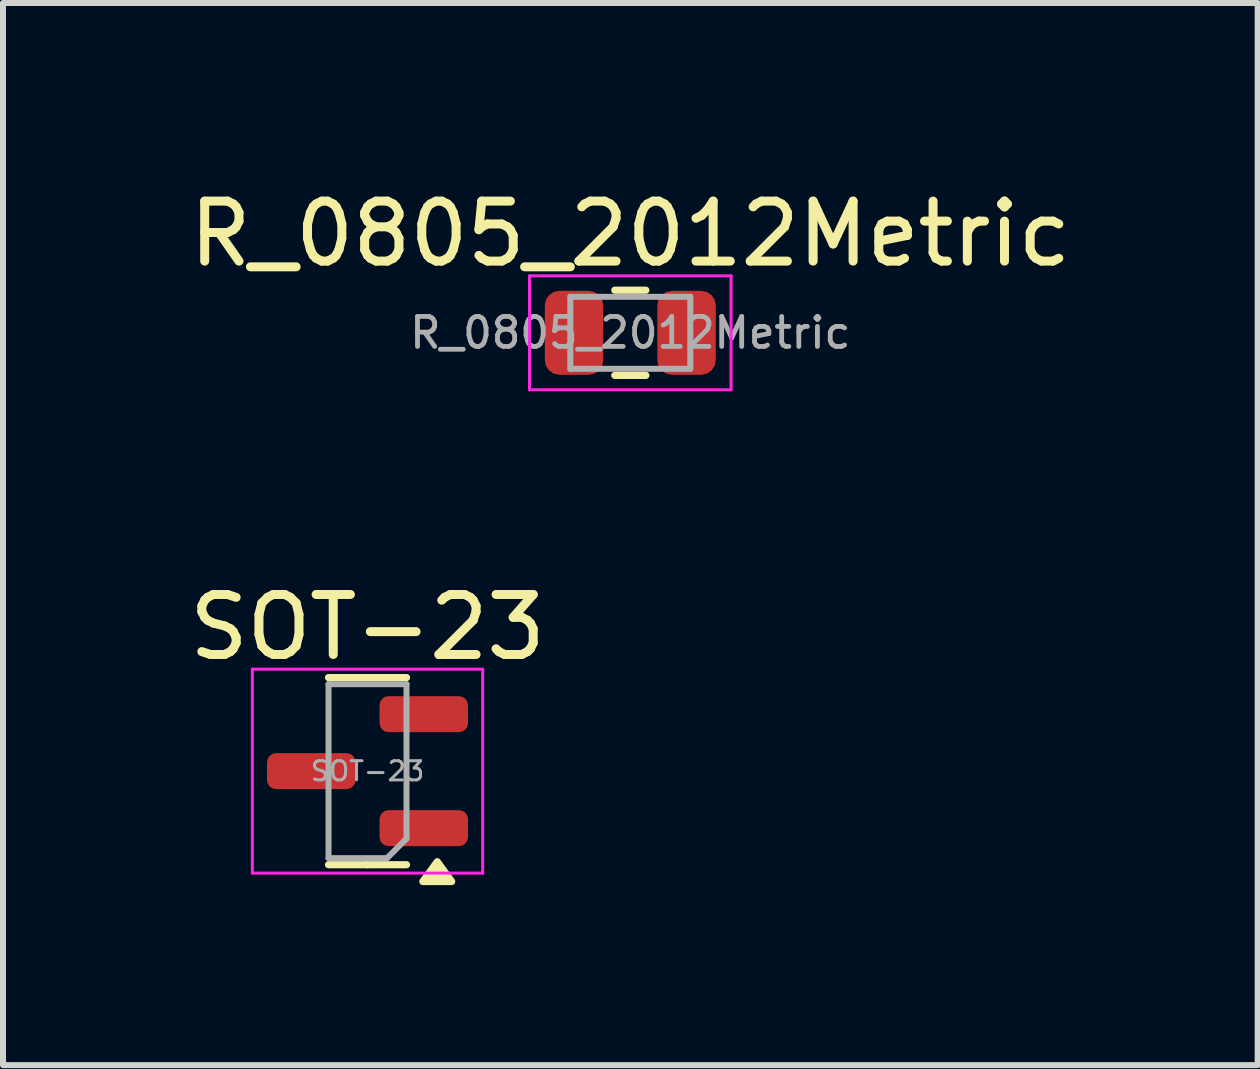
<source format=kicad_pcb>
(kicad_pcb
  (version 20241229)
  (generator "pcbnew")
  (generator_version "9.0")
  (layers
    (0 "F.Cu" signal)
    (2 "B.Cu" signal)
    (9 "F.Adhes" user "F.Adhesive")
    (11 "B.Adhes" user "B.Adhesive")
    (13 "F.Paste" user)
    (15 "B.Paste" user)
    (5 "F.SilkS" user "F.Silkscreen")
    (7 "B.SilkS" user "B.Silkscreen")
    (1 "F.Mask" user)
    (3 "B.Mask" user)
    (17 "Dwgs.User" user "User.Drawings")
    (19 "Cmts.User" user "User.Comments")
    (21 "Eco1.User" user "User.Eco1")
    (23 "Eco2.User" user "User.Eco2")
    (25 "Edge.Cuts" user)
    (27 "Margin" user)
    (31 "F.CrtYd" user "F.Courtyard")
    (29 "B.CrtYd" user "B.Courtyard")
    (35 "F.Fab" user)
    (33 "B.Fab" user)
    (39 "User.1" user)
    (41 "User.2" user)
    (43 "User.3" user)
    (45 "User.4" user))
  (footprint "SOT-23"
    (layer "F.Cu")
    (at 3.077 9.806)
    (property "Reference" "SOT-23" (at 0 -2.4 0) (layer "F.SilkS") (effects (font (size 1 1) (thickness 0.15))))
    (attr smd)
    (fp_line (start 0 -1.56) (end -0.65 -1.56) (stroke (width 0.12) (type solid)) (layer "F.SilkS"))
    (fp_line (start 0 -1.56) (end 0.65 -1.56) (stroke (width 0.12) (type solid)) (layer "F.SilkS"))
    (fp_line (start 0 1.56) (end -0.65 1.56) (stroke (width 0.12) (type solid)) (layer "F.SilkS"))
    (fp_line (start 0 1.56) (end 0.65 1.56) (stroke (width 0.12) (type solid)) (layer "F.SilkS"))
    (fp_poly (pts (xy 1.163 1.51) (xy 1.403 1.84) (xy 0.922 1.84) (xy 1.163 1.51)) (stroke (width 0.12) (type solid)) (fill yes) (layer "F.SilkS"))
    (fp_line (start -1.92 -1.7) (end -1.92 1.7) (stroke (width 0.05) (type solid)) (layer "F.CrtYd"))
    (fp_line (start -1.92 1.7) (end 1.92 1.7) (stroke (width 0.05) (type solid)) (layer "F.CrtYd"))
    (fp_line (start 1.92 -1.7) (end -1.92 -1.7) (stroke (width 0.05) (type solid)) (layer "F.CrtYd"))
    (fp_line (start 1.92 1.7) (end 1.92 -1.7) (stroke (width 0.05) (type solid)) (layer "F.CrtYd"))
    (fp_line (start -0.65 -1.45) (end 0.65 -1.45) (stroke (width 0.1) (type solid)) (layer "F.Fab"))
    (fp_line (start -0.65 1.45) (end -0.65 -1.45) (stroke (width 0.1) (type solid)) (layer "F.Fab"))
    (fp_line (start 0.325 1.45) (end -0.65 1.45) (stroke (width 0.1) (type solid)) (layer "F.Fab"))
    (fp_line (start 0.65 -1.45) (end 0.65 1.125) (stroke (width 0.1) (type solid)) (layer "F.Fab"))
    (fp_line (start 0.65 1.125) (end 0.325 1.45) (stroke (width 0.1) (type solid)) (layer "F.Fab"))
    (fp_text user "${REFERENCE}" (at 0 0 0) (layer "F.Fab") (effects (font (size 0.32 0.32) (thickness 0.05))))
    (pad "1" smd roundrect (at 0.938 0.95 180) (size 1.475 0.6) (layers "F.Cu" "F.Mask" "F.Paste") (roundrect_rratio 0.25))
    (pad "2" smd roundrect (at 0.938 -0.95 180) (size 1.475 0.6) (layers "F.Cu" "F.Mask" "F.Paste") (roundrect_rratio 0.25))
    (pad "3" smd roundrect (at -0.938 0 180) (size 1.475 0.6) (layers "F.Cu" "F.Mask" "F.Paste") (roundrect_rratio 0.25)))
  (footprint "R_0805_2012Metric"
    (layer "F.Cu")
    (at 7.458 2.498)
    (property "Reference" "R_0805_2012Metric" (at 0 -1.65 0) (layer "F.SilkS") (effects (font (size 1 1) (thickness 0.15))))
    (attr smd)
    (fp_line (start -0.259 -0.71) (end 0.259 -0.71) (stroke (width 0.12) (type solid)) (layer "F.SilkS"))
    (fp_line (start -0.259 0.71) (end 0.259 0.71) (stroke (width 0.12) (type solid)) (layer "F.SilkS"))
    (fp_line (start -1.75 -1) (end 1.75 -1) (stroke (width 0.12) (type solid)) (layer "Eco1.User"))
    (fp_line (start -1.75 1) (end -1.75 -1) (stroke (width 0.12) (type solid)) (layer "Eco1.User"))
    (fp_line (start 1.75 -1) (end 1.75 1) (stroke (width 0.12) (type solid)) (layer "Eco1.User"))
    (fp_line (start 1.75 1) (end -1.75 1) (stroke (width 0.12) (type solid)) (layer "Eco1.User"))
    (fp_line (start -1.68 -0.95) (end 1.68 -0.95) (stroke (width 0.05) (type solid)) (layer "F.CrtYd"))
    (fp_line (start -1.68 0.95) (end -1.68 -0.95) (stroke (width 0.05) (type solid)) (layer "F.CrtYd"))
    (fp_line (start 1.68 -0.95) (end 1.68 0.95) (stroke (width 0.05) (type solid)) (layer "F.CrtYd"))
    (fp_line (start 1.68 0.95) (end -1.68 0.95) (stroke (width 0.05) (type solid)) (layer "F.CrtYd"))
    (fp_line (start -1 -0.6) (end 1 -0.6) (stroke (width 0.1) (type solid)) (layer "F.Fab"))
    (fp_line (start -1 0.6) (end -1 -0.6) (stroke (width 0.1) (type solid)) (layer "F.Fab"))
    (fp_line (start 1 -0.6) (end 1 0.6) (stroke (width 0.1) (type solid)) (layer "F.Fab"))
    (fp_line (start 1 0.6) (end -1 0.6) (stroke (width 0.1) (type solid)) (layer "F.Fab"))
    (fp_text user "${REFERENCE}" (at 0 0 0) (layer "F.Fab") (effects (font (size 0.5 0.5) (thickness 0.08))))
    (pad "1" smd roundrect (at -0.938 0) (size 0.975 1.4) (layers "F.Cu" "F.Mask" "F.Paste") (roundrect_rratio 0.25))
    (pad "2" smd roundrect (at 0.938 0) (size 0.975 1.4) (layers "F.Cu" "F.Mask" "F.Paste") (roundrect_rratio 0.25)))
  (gr_rect
    (start -3 -3)
    (end 17.917 14.707)
    (stroke (width 0.1) (type default))
    (fill no)
    (layer "Edge.Cuts")))
</source>
